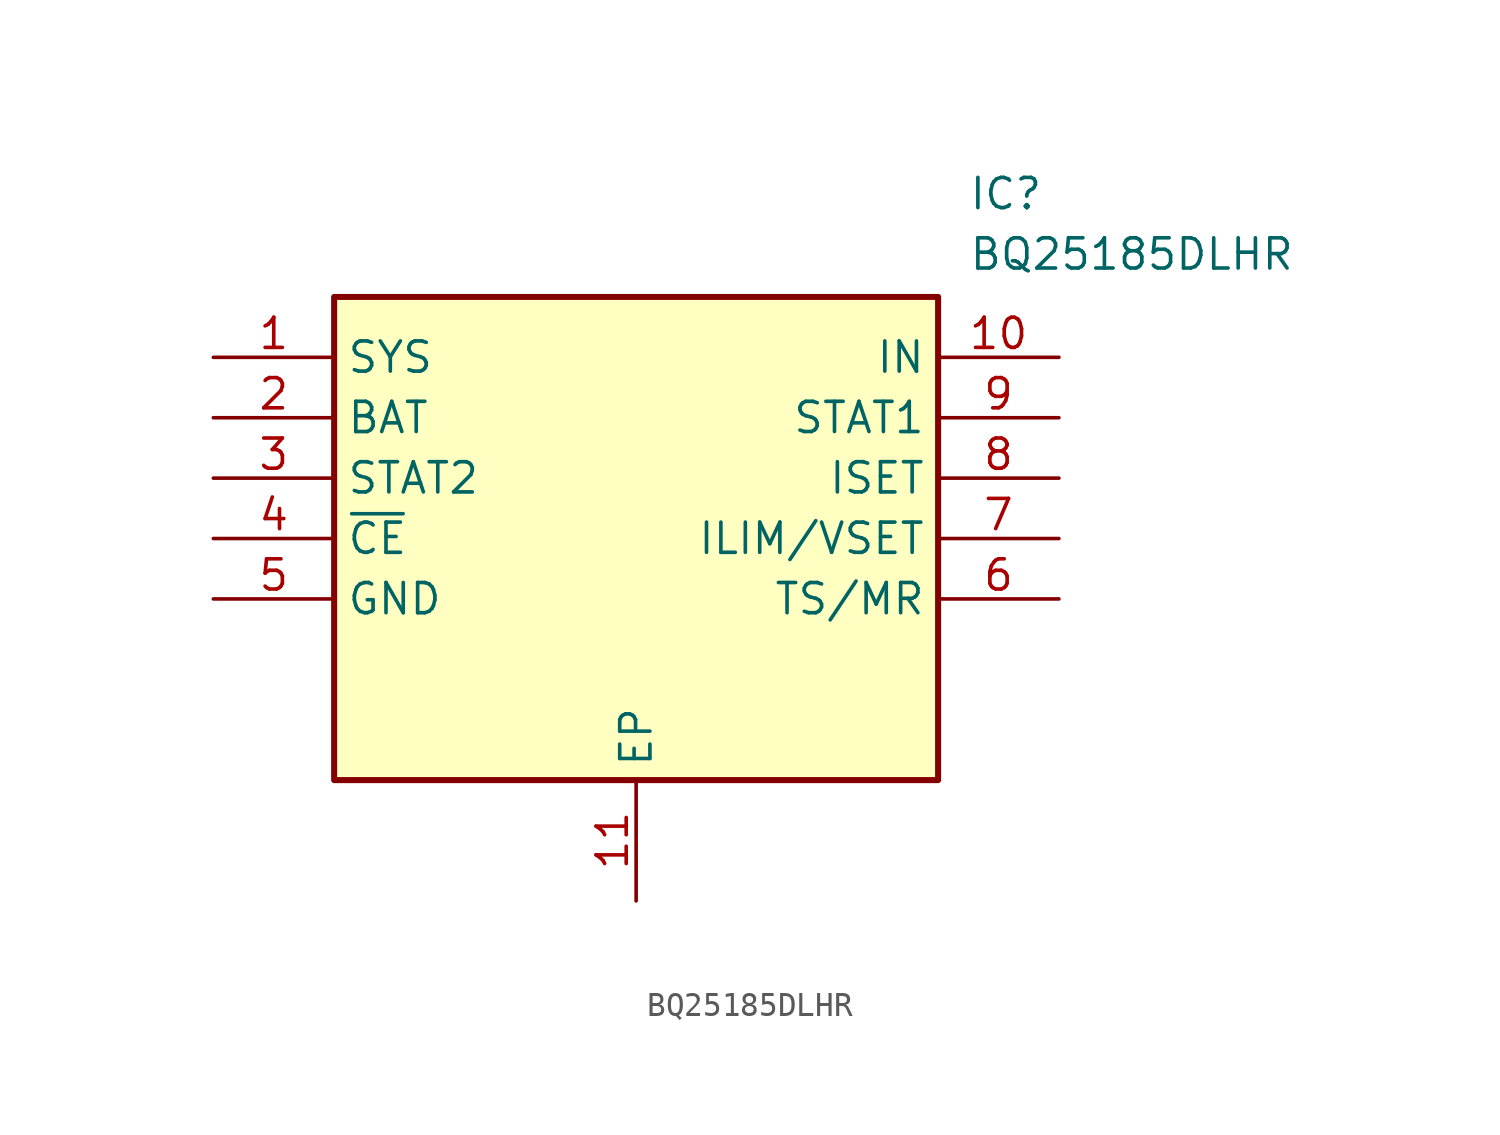
<source format=kicad_sym>
(kicad_symbol_lib
  (version 20211014)
  (generator SamacSys_ECAD_Model)
  (symbol "BQ25185DLHR"
    (property "Reference" "IC"
      (at 31.75 7.62 0)
      (effects (font (size 1.27 1.27)) (justify left top)))
    (property "Value" "BQ25185DLHR"
      (at 31.75 5.08 0)
      (effects (font (size 1.27 1.27)) (justify left top)))
    (rectangle
      (start 5.08 2.54)
      (end 30.48 -17.78)
      (stroke (width 0.254) (type default))
      (fill (type background)))
    (pin passive line
      (at 0 0 0)
      (length 5.08)
      (name "SYS" (effects (font (size 1.27 1.27))))
      (number "1" (effects (font (size 1.27 1.27)))))
    (pin passive line
      (at 0 -2.54 0)
      (length 5.08)
      (name "BAT" (effects (font (size 1.27 1.27))))
      (number "2" (effects (font (size 1.27 1.27)))))
    (pin passive line
      (at 0 -5.08 0)
      (length 5.08)
      (name "STAT2" (effects (font (size 1.27 1.27))))
      (number "3" (effects (font (size 1.27 1.27)))))
    (pin passive line
      (at 0 -7.62 0)
      (length 5.08)
      (name "~{CE}" (effects (font (size 1.27 1.27))))
      (number "4" (effects (font (size 1.27 1.27)))))
    (pin passive line
      (at 0 -10.16 0)
      (length 5.08)
      (name "GND" (effects (font (size 1.27 1.27))))
      (number "5" (effects (font (size 1.27 1.27)))))
    (pin passive line
      (at 17.78 -22.86 90)
      (length 5.08)
      (name "EP" (effects (font (size 1.27 1.27))))
      (number "11" (effects (font (size 1.27 1.27)))))
    (pin passive line
      (at 35.56 0 180)
      (length 5.08)
      (name "IN" (effects (font (size 1.27 1.27))))
      (number "10" (effects (font (size 1.27 1.27)))))
    (pin passive line
      (at 35.56 -2.54 180)
      (length 5.08)
      (name "STAT1" (effects (font (size 1.27 1.27))))
      (number "9" (effects (font (size 1.27 1.27)))))
    (pin passive line
      (at 35.56 -5.08 180)
      (length 5.08)
      (name "ISET" (effects (font (size 1.27 1.27))))
      (number "8" (effects (font (size 1.27 1.27)))))
    (pin passive line
      (at 35.56 -7.62 180)
      (length 5.08)
      (name "ILIM/VSET" (effects (font (size 1.27 1.27))))
      (number "7" (effects (font (size 1.27 1.27)))))
    (pin passive line
      (at 35.56 -10.16 180)
      (length 5.08)
      (name "TS/MR" (effects (font (size 1.27 1.27))))
      (number "6" (effects (font (size 1.27 1.27)))))))
</source>
